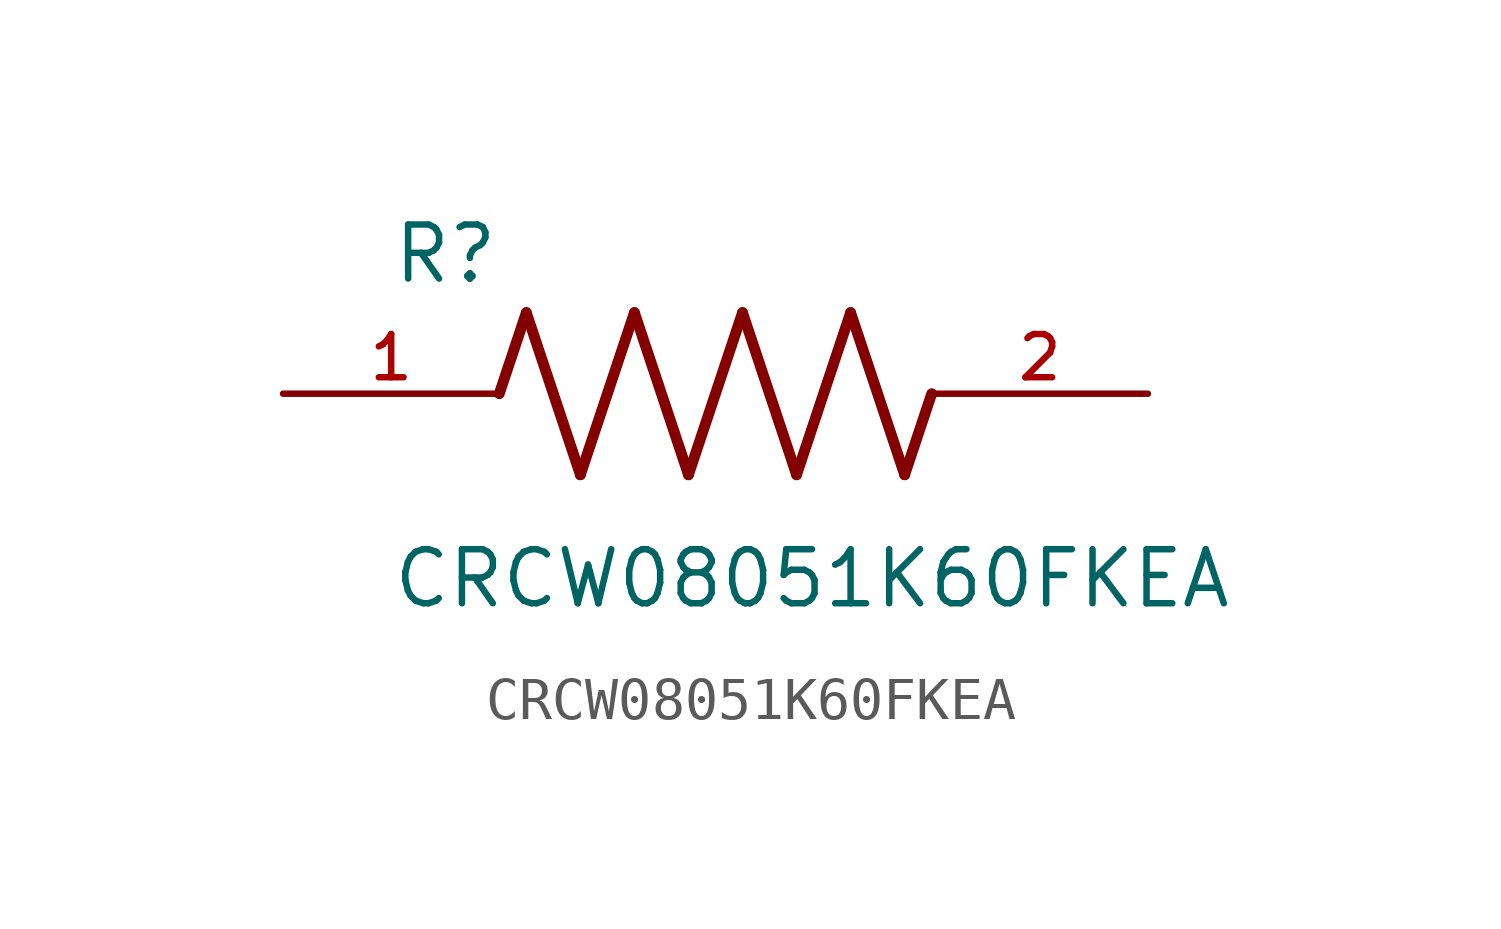
<source format=kicad_sym>
(kicad_symbol_lib
  (version 20241209)
  (generator "kicad_symbol_editor")
  (generator_version "9.0")
  (symbol "CRCW08051K60FKEA"
    (pin_names
      (offset 1.016))
    (property "Reference" "R"
      (at -7.624 2.542 0)
      (effects (font (size 1.27 1.27)) (justify left bottom)))
    (property "Value" "CRCW08051K60FKEA"
      (at -7.63 -5.087 0)
      (effects (font (size 1.27 1.27)) (justify left bottom)))
    (symbol "CRCW08051K60FKEA_0_0"
      (polyline (pts (xy -5.08 0) (xy -4.445 1.905)) (stroke (width 0.254) (type default)) (fill (type none)))
      (polyline (pts (xy -4.445 1.905) (xy -3.175 -1.905)) (stroke (width 0.254) (type default)) (fill (type none)))
      (polyline (pts (xy -3.175 -1.905) (xy -1.905 1.905)) (stroke (width 0.254) (type default)) (fill (type none)))
      (polyline (pts (xy -1.905 1.905) (xy -0.635 -1.905)) (stroke (width 0.254) (type default)) (fill (type none)))
      (polyline (pts (xy -0.635 -1.905) (xy 0.635 1.905)) (stroke (width 0.254) (type default)) (fill (type none)))
      (polyline (pts (xy 0.635 1.905) (xy 1.905 -1.905)) (stroke (width 0.254) (type default)) (fill (type none)))
      (polyline (pts (xy 1.905 -1.905) (xy 3.175 1.905)) (stroke (width 0.254) (type default)) (fill (type none)))
      (polyline (pts (xy 3.175 1.905) (xy 4.445 -1.905)) (stroke (width 0.254) (type default)) (fill (type none)))
      (polyline (pts (xy 4.445 -1.905) (xy 5.08 0)) (stroke (width 0.254) (type default)) (fill (type none)))
      (pin passive line (at -10.16 0 0) (length 5.08) (name "~" (effects (font (size 1.016 1.016)))) (number "1" (effects (font (size 1.016 1.016)))))
      (pin passive line (at 10.16 0 180) (length 5.08) (name "~" (effects (font (size 1.016 1.016)))) (number "2" (effects (font (size 1.016 1.016))))))))
</source>
